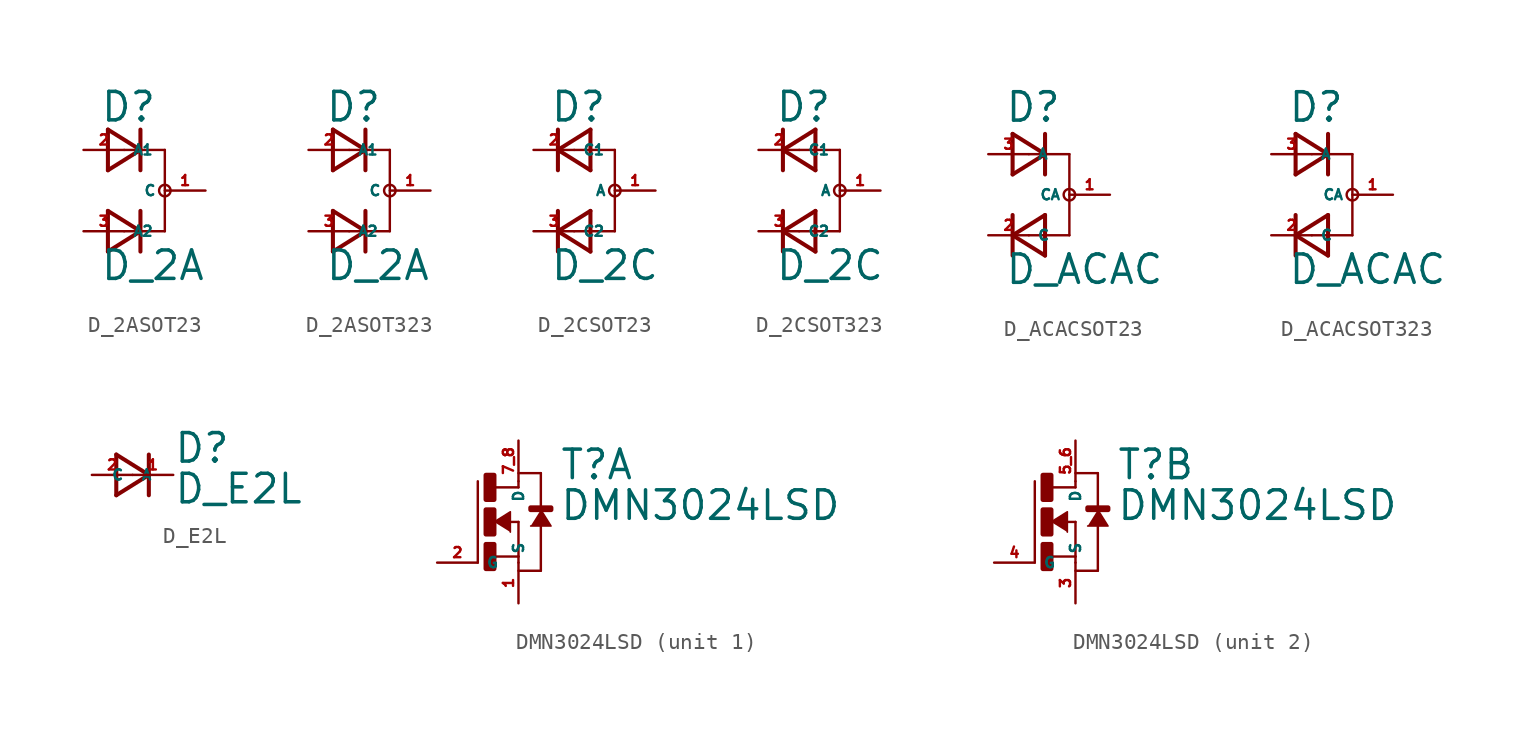
<source format=kicad_sym>
(kicad_symbol_lib
  (version 20220914)
  (generator Eagle2Kicad)
  (symbol "D_2ASOT23"
    (property "Reference" "D"
      (at -1.524 4.191 0)
      (effects (font (size 1.778 1.778) (thickness 0.22)) (justify left bottom)))
    (property "Value" "D_2A"
      (at -1.524 -5.715 0)
      (effects (font (size 1.778 1.778) (thickness 0.22)) (justify left bottom)))
    (polyline
      (pts (xy -1.016 1.27) (xy 1.016 2.54))
      (stroke (width 0.254) (type default))
      (fill (type none)))
    (polyline
      (pts (xy 1.016 2.54) (xy -1.016 3.81))
      (stroke (width 0.254) (type default))
      (fill (type none)))
    (polyline
      (pts (xy 1.016 3.81) (xy 1.016 2.54))
      (stroke (width 0.254) (type default))
      (fill (type none)))
    (polyline
      (pts (xy -1.016 3.81) (xy -1.016 1.27))
      (stroke (width 0.254) (type default))
      (fill (type none)))
    (polyline
      (pts (xy 1.016 2.54) (xy 1.016 1.27))
      (stroke (width 0.254) (type default))
      (fill (type none)))
    (polyline
      (pts (xy -1.016 -3.81) (xy 1.016 -2.54))
      (stroke (width 0.254) (type default))
      (fill (type none)))
    (polyline
      (pts (xy 1.016 -2.54) (xy -1.016 -1.27))
      (stroke (width 0.254) (type default))
      (fill (type none)))
    (polyline
      (pts (xy 1.016 -1.27) (xy 1.016 -2.54))
      (stroke (width 0.254) (type default))
      (fill (type none)))
    (polyline
      (pts (xy -1.016 -1.27) (xy -1.016 -3.81))
      (stroke (width 0.254) (type default))
      (fill (type none)))
    (polyline
      (pts (xy 1.016 -2.54) (xy 1.016 -3.81))
      (stroke (width 0.254) (type default))
      (fill (type none)))
    (polyline
      (pts (xy 0 2.54) (xy 2.54 2.54))
      (stroke (width 0.152) (type default))
      (fill (type none)))
    (polyline
      (pts (xy 2.54 2.54) (xy 2.54 -2.54))
      (stroke (width 0.152) (type default))
      (fill (type none)))
    (polyline
      (pts (xy 2.54 -2.54) (xy 0 -2.54))
      (stroke (width 0.152) (type default))
      (fill (type none)))
    (circle
      (center 2.54 0)
      (radius 0.359)
      (stroke (width 0) (type default))
      (fill (type none)))
    (pin passive line
      (at -2.54 2.54 0)
      (length 2.54)
      (name "A1" (effects (font (size 0.635 0.635) (thickness 0.08)) (justify left bottom)))
      (number "2" (effects (font (size 0.635 0.635) (thickness 0.08)) (justify left bottom))))
    (pin passive line
      (at 5.08 0 180)
      (length 2.54)
      (name "C" (effects (font (size 0.635 0.635) (thickness 0.08)) (justify left bottom)))
      (number "1" (effects (font (size 0.635 0.635) (thickness 0.08)) (justify left bottom))))
    (pin passive line
      (at -2.54 -2.54 0)
      (length 2.54)
      (name "A2" (effects (font (size 0.635 0.635) (thickness 0.08)) (justify left bottom)))
      (number "3" (effects (font (size 0.635 0.635) (thickness 0.08)) (justify left bottom)))))
  (symbol "D_2ASOT323"
    (property "Reference" "D"
      (at -1.524 4.191 0)
      (effects (font (size 1.778 1.778) (thickness 0.22)) (justify left bottom)))
    (property "Value" "D_2A"
      (at -1.524 -5.715 0)
      (effects (font (size 1.778 1.778) (thickness 0.22)) (justify left bottom)))
    (polyline
      (pts (xy -1.016 1.27) (xy 1.016 2.54))
      (stroke (width 0.254) (type default))
      (fill (type none)))
    (polyline
      (pts (xy 1.016 2.54) (xy -1.016 3.81))
      (stroke (width 0.254) (type default))
      (fill (type none)))
    (polyline
      (pts (xy 1.016 3.81) (xy 1.016 2.54))
      (stroke (width 0.254) (type default))
      (fill (type none)))
    (polyline
      (pts (xy -1.016 3.81) (xy -1.016 1.27))
      (stroke (width 0.254) (type default))
      (fill (type none)))
    (polyline
      (pts (xy 1.016 2.54) (xy 1.016 1.27))
      (stroke (width 0.254) (type default))
      (fill (type none)))
    (polyline
      (pts (xy -1.016 -3.81) (xy 1.016 -2.54))
      (stroke (width 0.254) (type default))
      (fill (type none)))
    (polyline
      (pts (xy 1.016 -2.54) (xy -1.016 -1.27))
      (stroke (width 0.254) (type default))
      (fill (type none)))
    (polyline
      (pts (xy 1.016 -1.27) (xy 1.016 -2.54))
      (stroke (width 0.254) (type default))
      (fill (type none)))
    (polyline
      (pts (xy -1.016 -1.27) (xy -1.016 -3.81))
      (stroke (width 0.254) (type default))
      (fill (type none)))
    (polyline
      (pts (xy 1.016 -2.54) (xy 1.016 -3.81))
      (stroke (width 0.254) (type default))
      (fill (type none)))
    (polyline
      (pts (xy 0 2.54) (xy 2.54 2.54))
      (stroke (width 0.152) (type default))
      (fill (type none)))
    (polyline
      (pts (xy 2.54 2.54) (xy 2.54 -2.54))
      (stroke (width 0.152) (type default))
      (fill (type none)))
    (polyline
      (pts (xy 2.54 -2.54) (xy 0 -2.54))
      (stroke (width 0.152) (type default))
      (fill (type none)))
    (circle
      (center 2.54 0)
      (radius 0.359)
      (stroke (width 0) (type default))
      (fill (type none)))
    (pin passive line
      (at -2.54 2.54 0)
      (length 2.54)
      (name "A1" (effects (font (size 0.635 0.635) (thickness 0.08)) (justify left bottom)))
      (number "2" (effects (font (size 0.635 0.635) (thickness 0.08)) (justify left bottom))))
    (pin passive line
      (at 5.08 0 180)
      (length 2.54)
      (name "C" (effects (font (size 0.635 0.635) (thickness 0.08)) (justify left bottom)))
      (number "1" (effects (font (size 0.635 0.635) (thickness 0.08)) (justify left bottom))))
    (pin passive line
      (at -2.54 -2.54 0)
      (length 2.54)
      (name "A2" (effects (font (size 0.635 0.635) (thickness 0.08)) (justify left bottom)))
      (number "3" (effects (font (size 0.635 0.635) (thickness 0.08)) (justify left bottom)))))
  (symbol "D_2CSOT23"
    (property "Reference" "D"
      (at -1.524 4.191 0)
      (effects (font (size 1.778 1.778) (thickness 0.22)) (justify left bottom)))
    (property "Value" "D_2C"
      (at -1.524 -5.715 0)
      (effects (font (size 1.778 1.778) (thickness 0.22)) (justify left bottom)))
    (polyline
      (pts (xy 1.016 -1.27) (xy -1.016 -2.54))
      (stroke (width 0.254) (type default))
      (fill (type none)))
    (polyline
      (pts (xy -1.016 -2.54) (xy 1.016 -3.81))
      (stroke (width 0.254) (type default))
      (fill (type none)))
    (polyline
      (pts (xy -1.016 -3.81) (xy -1.016 -2.54))
      (stroke (width 0.254) (type default))
      (fill (type none)))
    (polyline
      (pts (xy 1.016 -3.81) (xy 1.016 -1.27))
      (stroke (width 0.254) (type default))
      (fill (type none)))
    (polyline
      (pts (xy -1.016 -2.54) (xy -1.016 -1.27))
      (stroke (width 0.254) (type default))
      (fill (type none)))
    (polyline
      (pts (xy 1.016 3.81) (xy -1.016 2.54))
      (stroke (width 0.254) (type default))
      (fill (type none)))
    (polyline
      (pts (xy -1.016 2.54) (xy 1.016 1.27))
      (stroke (width 0.254) (type default))
      (fill (type none)))
    (polyline
      (pts (xy -1.016 1.27) (xy -1.016 2.54))
      (stroke (width 0.254) (type default))
      (fill (type none)))
    (polyline
      (pts (xy 1.016 1.27) (xy 1.016 3.81))
      (stroke (width 0.254) (type default))
      (fill (type none)))
    (polyline
      (pts (xy -1.016 2.54) (xy -1.016 3.81))
      (stroke (width 0.254) (type default))
      (fill (type none)))
    (polyline
      (pts (xy 0 -2.54) (xy 2.54 -2.54))
      (stroke (width 0.152) (type default))
      (fill (type none)))
    (polyline
      (pts (xy 2.54 -2.54) (xy 2.54 2.54))
      (stroke (width 0.152) (type default))
      (fill (type none)))
    (polyline
      (pts (xy 2.54 2.54) (xy 0 2.54))
      (stroke (width 0.152) (type default))
      (fill (type none)))
    (circle
      (center 2.54 0)
      (radius 0.359)
      (stroke (width 0) (type default))
      (fill (type none)))
    (pin passive line
      (at -2.54 2.54 0)
      (length 2.54)
      (name "C1" (effects (font (size 0.635 0.635) (thickness 0.08)) (justify left bottom)))
      (number "2" (effects (font (size 0.635 0.635) (thickness 0.08)) (justify left bottom))))
    (pin passive line
      (at 5.08 0 180)
      (length 2.54)
      (name "A" (effects (font (size 0.635 0.635) (thickness 0.08)) (justify left bottom)))
      (number "1" (effects (font (size 0.635 0.635) (thickness 0.08)) (justify left bottom))))
    (pin passive line
      (at -2.54 -2.54 0)
      (length 2.54)
      (name "C2" (effects (font (size 0.635 0.635) (thickness 0.08)) (justify left bottom)))
      (number "3" (effects (font (size 0.635 0.635) (thickness 0.08)) (justify left bottom)))))
  (symbol "D_2CSOT323"
    (property "Reference" "D"
      (at -1.524 4.191 0)
      (effects (font (size 1.778 1.778) (thickness 0.22)) (justify left bottom)))
    (property "Value" "D_2C"
      (at -1.524 -5.715 0)
      (effects (font (size 1.778 1.778) (thickness 0.22)) (justify left bottom)))
    (polyline
      (pts (xy 1.016 -1.27) (xy -1.016 -2.54))
      (stroke (width 0.254) (type default))
      (fill (type none)))
    (polyline
      (pts (xy -1.016 -2.54) (xy 1.016 -3.81))
      (stroke (width 0.254) (type default))
      (fill (type none)))
    (polyline
      (pts (xy -1.016 -3.81) (xy -1.016 -2.54))
      (stroke (width 0.254) (type default))
      (fill (type none)))
    (polyline
      (pts (xy 1.016 -3.81) (xy 1.016 -1.27))
      (stroke (width 0.254) (type default))
      (fill (type none)))
    (polyline
      (pts (xy -1.016 -2.54) (xy -1.016 -1.27))
      (stroke (width 0.254) (type default))
      (fill (type none)))
    (polyline
      (pts (xy 1.016 3.81) (xy -1.016 2.54))
      (stroke (width 0.254) (type default))
      (fill (type none)))
    (polyline
      (pts (xy -1.016 2.54) (xy 1.016 1.27))
      (stroke (width 0.254) (type default))
      (fill (type none)))
    (polyline
      (pts (xy -1.016 1.27) (xy -1.016 2.54))
      (stroke (width 0.254) (type default))
      (fill (type none)))
    (polyline
      (pts (xy 1.016 1.27) (xy 1.016 3.81))
      (stroke (width 0.254) (type default))
      (fill (type none)))
    (polyline
      (pts (xy -1.016 2.54) (xy -1.016 3.81))
      (stroke (width 0.254) (type default))
      (fill (type none)))
    (polyline
      (pts (xy 0 -2.54) (xy 2.54 -2.54))
      (stroke (width 0.152) (type default))
      (fill (type none)))
    (polyline
      (pts (xy 2.54 -2.54) (xy 2.54 2.54))
      (stroke (width 0.152) (type default))
      (fill (type none)))
    (polyline
      (pts (xy 2.54 2.54) (xy 0 2.54))
      (stroke (width 0.152) (type default))
      (fill (type none)))
    (circle
      (center 2.54 0)
      (radius 0.359)
      (stroke (width 0) (type default))
      (fill (type none)))
    (pin passive line
      (at -2.54 2.54 0)
      (length 2.54)
      (name "C1" (effects (font (size 0.635 0.635) (thickness 0.08)) (justify left bottom)))
      (number "2" (effects (font (size 0.635 0.635) (thickness 0.08)) (justify left bottom))))
    (pin passive line
      (at 5.08 0 180)
      (length 2.54)
      (name "A" (effects (font (size 0.635 0.635) (thickness 0.08)) (justify left bottom)))
      (number "1" (effects (font (size 0.635 0.635) (thickness 0.08)) (justify left bottom))))
    (pin passive line
      (at -2.54 -2.54 0)
      (length 2.54)
      (name "C2" (effects (font (size 0.635 0.635) (thickness 0.08)) (justify left bottom)))
      (number "3" (effects (font (size 0.635 0.635) (thickness 0.08)) (justify left bottom)))))
  (symbol "D_ACACSOT23"
    (property "Reference" "D"
      (at -1.524 4.445 0)
      (effects (font (size 1.778 1.778) (thickness 0.22)) (justify left bottom)))
    (property "Value" "D_ACAC"
      (at -1.524 -5.715 0)
      (effects (font (size 1.778 1.778) (thickness 0.22)) (justify left bottom)))
    (polyline
      (pts (xy -1.016 1.27) (xy 1.016 2.54))
      (stroke (width 0.254) (type default))
      (fill (type none)))
    (polyline
      (pts (xy 1.016 2.54) (xy -1.016 3.81))
      (stroke (width 0.254) (type default))
      (fill (type none)))
    (polyline
      (pts (xy 1.016 3.81) (xy 1.016 2.54))
      (stroke (width 0.254) (type default))
      (fill (type none)))
    (polyline
      (pts (xy -1.016 3.81) (xy -1.016 1.27))
      (stroke (width 0.254) (type default))
      (fill (type none)))
    (polyline
      (pts (xy 1.016 2.54) (xy 1.016 1.27))
      (stroke (width 0.254) (type default))
      (fill (type none)))
    (polyline
      (pts (xy 1.016 -1.27) (xy -1.016 -2.54))
      (stroke (width 0.254) (type default))
      (fill (type none)))
    (polyline
      (pts (xy -1.016 -2.54) (xy 1.016 -3.81))
      (stroke (width 0.254) (type default))
      (fill (type none)))
    (polyline
      (pts (xy -1.016 -3.81) (xy -1.016 -2.54))
      (stroke (width 0.254) (type default))
      (fill (type none)))
    (polyline
      (pts (xy 1.016 -3.81) (xy 1.016 -1.27))
      (stroke (width 0.254) (type default))
      (fill (type none)))
    (polyline
      (pts (xy -1.016 -2.54) (xy -1.016 -1.27))
      (stroke (width 0.254) (type default))
      (fill (type none)))
    (polyline
      (pts (xy 0 2.54) (xy 2.54 2.54))
      (stroke (width 0.152) (type default))
      (fill (type none)))
    (polyline
      (pts (xy 2.54 2.54) (xy 2.54 -2.54))
      (stroke (width 0.152) (type default))
      (fill (type none)))
    (polyline
      (pts (xy 2.54 -2.54) (xy 0 -2.54))
      (stroke (width 0.152) (type default))
      (fill (type none)))
    (circle
      (center 2.54 0)
      (radius 0.359)
      (stroke (width 0) (type default))
      (fill (type none)))
    (pin passive line
      (at -2.54 2.54 0)
      (length 2.54)
      (name "A" (effects (font (size 0.635 0.635) (thickness 0.08)) (justify left bottom)))
      (number "3" (effects (font (size 0.635 0.635) (thickness 0.08)) (justify left bottom))))
    (pin passive line
      (at 5.08 0 180)
      (length 2.54)
      (name "CA" (effects (font (size 0.635 0.635) (thickness 0.08)) (justify left bottom)))
      (number "1" (effects (font (size 0.635 0.635) (thickness 0.08)) (justify left bottom))))
    (pin passive line
      (at -2.54 -2.54 0)
      (length 2.54)
      (name "C" (effects (font (size 0.635 0.635) (thickness 0.08)) (justify left bottom)))
      (number "2" (effects (font (size 0.635 0.635) (thickness 0.08)) (justify left bottom)))))
  (symbol "D_ACACSOT323"
    (property "Reference" "D"
      (at -1.524 4.445 0)
      (effects (font (size 1.778 1.778) (thickness 0.22)) (justify left bottom)))
    (property "Value" "D_ACAC"
      (at -1.524 -5.715 0)
      (effects (font (size 1.778 1.778) (thickness 0.22)) (justify left bottom)))
    (polyline
      (pts (xy -1.016 1.27) (xy 1.016 2.54))
      (stroke (width 0.254) (type default))
      (fill (type none)))
    (polyline
      (pts (xy 1.016 2.54) (xy -1.016 3.81))
      (stroke (width 0.254) (type default))
      (fill (type none)))
    (polyline
      (pts (xy 1.016 3.81) (xy 1.016 2.54))
      (stroke (width 0.254) (type default))
      (fill (type none)))
    (polyline
      (pts (xy -1.016 3.81) (xy -1.016 1.27))
      (stroke (width 0.254) (type default))
      (fill (type none)))
    (polyline
      (pts (xy 1.016 2.54) (xy 1.016 1.27))
      (stroke (width 0.254) (type default))
      (fill (type none)))
    (polyline
      (pts (xy 1.016 -1.27) (xy -1.016 -2.54))
      (stroke (width 0.254) (type default))
      (fill (type none)))
    (polyline
      (pts (xy -1.016 -2.54) (xy 1.016 -3.81))
      (stroke (width 0.254) (type default))
      (fill (type none)))
    (polyline
      (pts (xy -1.016 -3.81) (xy -1.016 -2.54))
      (stroke (width 0.254) (type default))
      (fill (type none)))
    (polyline
      (pts (xy 1.016 -3.81) (xy 1.016 -1.27))
      (stroke (width 0.254) (type default))
      (fill (type none)))
    (polyline
      (pts (xy -1.016 -2.54) (xy -1.016 -1.27))
      (stroke (width 0.254) (type default))
      (fill (type none)))
    (polyline
      (pts (xy 0 2.54) (xy 2.54 2.54))
      (stroke (width 0.152) (type default))
      (fill (type none)))
    (polyline
      (pts (xy 2.54 2.54) (xy 2.54 -2.54))
      (stroke (width 0.152) (type default))
      (fill (type none)))
    (polyline
      (pts (xy 2.54 -2.54) (xy 0 -2.54))
      (stroke (width 0.152) (type default))
      (fill (type none)))
    (circle
      (center 2.54 0)
      (radius 0.359)
      (stroke (width 0) (type default))
      (fill (type none)))
    (pin passive line
      (at -2.54 2.54 0)
      (length 2.54)
      (name "A" (effects (font (size 0.635 0.635) (thickness 0.08)) (justify left bottom)))
      (number "3" (effects (font (size 0.635 0.635) (thickness 0.08)) (justify left bottom))))
    (pin passive line
      (at 5.08 0 180)
      (length 2.54)
      (name "CA" (effects (font (size 0.635 0.635) (thickness 0.08)) (justify left bottom)))
      (number "1" (effects (font (size 0.635 0.635) (thickness 0.08)) (justify left bottom))))
    (pin passive line
      (at -2.54 -2.54 0)
      (length 2.54)
      (name "C" (effects (font (size 0.635 0.635) (thickness 0.08)) (justify left bottom)))
      (number "2" (effects (font (size 0.635 0.635) (thickness 0.08)) (justify left bottom)))))
  (symbol "D_E2L"
    (property "Reference" "D"
      (at 2.54 0.635 0)
      (effects (font (size 1.778 1.778) (thickness 0.22)) (justify left bottom)))
    (property "Value" "D_E2L"
      (at 2.54 -1.905 0)
      (effects (font (size 1.778 1.778) (thickness 0.22)) (justify left bottom)))
    (polyline
      (pts (xy -1.016 -1.27) (xy 1.016 0))
      (stroke (width 0.254) (type default))
      (fill (type none)))
    (polyline
      (pts (xy 1.016 0) (xy -1.016 1.27))
      (stroke (width 0.254) (type default))
      (fill (type none)))
    (polyline
      (pts (xy 1.016 1.27) (xy 1.016 0))
      (stroke (width 0.254) (type default))
      (fill (type none)))
    (polyline
      (pts (xy -1.016 1.27) (xy -1.016 -1.27))
      (stroke (width 0.254) (type default))
      (fill (type none)))
    (polyline
      (pts (xy 1.016 0) (xy 1.016 -1.27))
      (stroke (width 0.254) (type default))
      (fill (type none)))
    (pin passive line
      (at -2.54 0 0)
      (length 2.54)
      (name "A" (effects (font (size 0.635 0.635) (thickness 0.08)) (justify left bottom)))
      (number "2" (effects (font (size 0.635 0.635) (thickness 0.08)) (justify left bottom))))
    (pin passive line
      (at 2.54 0 180)
      (length 2.54)
      (name "C" (effects (font (size 0.635 0.635) (thickness 0.08)) (justify left bottom)))
      (number "1" (effects (font (size 0.635 0.635) (thickness 0.08)) (justify left bottom)))))
  (symbol "DMN3024LSD"
    (property "Reference" "T"
      (at 2.54 2.54 0)
      (effects (font (size 1.778 1.778) (thickness 0.22)) (justify left bottom)))
    (property "Value" "DMN3024LSD"
      (at 2.54 0 0)
      (effects (font (size 1.778 1.778) (thickness 0.22)) (justify left bottom)))
    (symbol "DMN3024LSD_1_0"
      (polyline (pts (xy -1.524 0) (xy -0.508 0.635) (xy -0.508 -0.635)) (stroke (width 0.102) (type default)) (fill (type outline)))
      (polyline (pts (xy 1.397 0.762) (xy 2.032 -0.254) (xy 0.762 -0.254)) (stroke (width 0.102) (type default)) (fill (type outline)))
      (polyline (pts (xy -0.508 0) (xy 0 0)) (stroke (width 0.152) (type default)) (fill (type none)))
      (polyline (pts (xy -1.524 -2.159) (xy 0 -2.159)) (stroke (width 0.152) (type default)) (fill (type none)))
      (polyline (pts (xy -2.54 -2.54) (xy -2.54 2.54)) (stroke (width 0.152) (type default)) (fill (type none)))
      (polyline (pts (xy 0 0) (xy 0 -2.159)) (stroke (width 0.152) (type default)) (fill (type none)))
      (polyline (pts (xy 1.397 -0.254) (xy 1.397 -3.048)) (stroke (width 0.152) (type default)) (fill (type none)))
      (polyline (pts (xy 1.397 -3.048) (xy 0 -3.048)) (stroke (width 0.152) (type default)) (fill (type none)))
      (polyline (pts (xy -1.524 2.159) (xy 0 2.159)) (stroke (width 0.152) (type default)) (fill (type none)))
      (polyline (pts (xy 0 2.159) (xy 0 2.54)) (stroke (width 0.152) (type default)) (fill (type none)))
      (polyline (pts (xy 0 3.048) (xy 1.397 3.048)) (stroke (width 0.152) (type default)) (fill (type none)))
      (polyline (pts (xy 1.397 3.048) (xy 1.397 0.762)) (stroke (width 0.152) (type default)) (fill (type none)))
      (polyline (pts (xy 0 -2.159) (xy 0 -2.54)) (stroke (width 0.152) (type default)) (fill (type none)))
      (rectangle (start -2.032 1.397) (end -1.524 2.921) (stroke (width 0.3) (type default)) (fill (type outline)))
      (rectangle (start -2.032 -0.762) (end -1.524 0.762) (stroke (width 0.3) (type default)) (fill (type outline)))
      (rectangle (start -2.032 -2.921) (end -1.524 -1.397) (stroke (width 0.3) (type default)) (fill (type outline)))
      (rectangle (start 0.762 0.762) (end 2.032 0.889) (stroke (width 0.3) (type default)) (fill (type outline)))
      (pin passive line (at 0 5.08 270) (length 2.54) (name "D" (effects (font (size 0.635 0.635) (thickness 0.08)) (justify left bottom))) (number "7 8" (effects (font (size 0.635 0.635) (thickness 0.08)) (justify left bottom))))
      (pin passive line (at 0 -5.08 90) (length 2.54) (name "S" (effects (font (size 0.635 0.635) (thickness 0.08)) (justify left bottom))) (number "1" (effects (font (size 0.635 0.635) (thickness 0.08)) (justify left bottom))))
      (pin passive line (at -5.08 -2.54 0) (length 2.54) (name "G" (effects (font (size 0.635 0.635) (thickness 0.08)) (justify left bottom))) (number "2" (effects (font (size 0.635 0.635) (thickness 0.08)) (justify left bottom)))))
    (symbol "DMN3024LSD_2_0"
      (polyline (pts (xy -1.524 0) (xy -0.508 0.635) (xy -0.508 -0.635)) (stroke (width 0.102) (type default)) (fill (type outline)))
      (polyline (pts (xy 1.397 0.762) (xy 2.032 -0.254) (xy 0.762 -0.254)) (stroke (width 0.102) (type default)) (fill (type outline)))
      (polyline (pts (xy -0.508 0) (xy 0 0)) (stroke (width 0.152) (type default)) (fill (type none)))
      (polyline (pts (xy -1.524 -2.159) (xy 0 -2.159)) (stroke (width 0.152) (type default)) (fill (type none)))
      (polyline (pts (xy -2.54 -2.54) (xy -2.54 2.54)) (stroke (width 0.152) (type default)) (fill (type none)))
      (polyline (pts (xy 0 0) (xy 0 -2.159)) (stroke (width 0.152) (type default)) (fill (type none)))
      (polyline (pts (xy 1.397 -0.254) (xy 1.397 -3.048)) (stroke (width 0.152) (type default)) (fill (type none)))
      (polyline (pts (xy 1.397 -3.048) (xy 0 -3.048)) (stroke (width 0.152) (type default)) (fill (type none)))
      (polyline (pts (xy -1.524 2.159) (xy 0 2.159)) (stroke (width 0.152) (type default)) (fill (type none)))
      (polyline (pts (xy 0 2.159) (xy 0 2.54)) (stroke (width 0.152) (type default)) (fill (type none)))
      (polyline (pts (xy 0 3.048) (xy 1.397 3.048)) (stroke (width 0.152) (type default)) (fill (type none)))
      (polyline (pts (xy 1.397 3.048) (xy 1.397 0.762)) (stroke (width 0.152) (type default)) (fill (type none)))
      (polyline (pts (xy 0 -2.159) (xy 0 -2.54)) (stroke (width 0.152) (type default)) (fill (type none)))
      (rectangle (start -2.032 1.397) (end -1.524 2.921) (stroke (width 0.3) (type default)) (fill (type outline)))
      (rectangle (start -2.032 -0.762) (end -1.524 0.762) (stroke (width 0.3) (type default)) (fill (type outline)))
      (rectangle (start -2.032 -2.921) (end -1.524 -1.397) (stroke (width 0.3) (type default)) (fill (type outline)))
      (rectangle (start 0.762 0.762) (end 2.032 0.889) (stroke (width 0.3) (type default)) (fill (type outline)))
      (pin passive line (at 0 5.08 270) (length 2.54) (name "D" (effects (font (size 0.635 0.635) (thickness 0.08)) (justify left bottom))) (number "5 6" (effects (font (size 0.635 0.635) (thickness 0.08)) (justify left bottom))))
      (pin passive line (at 0 -5.08 90) (length 2.54) (name "S" (effects (font (size 0.635 0.635) (thickness 0.08)) (justify left bottom))) (number "3" (effects (font (size 0.635 0.635) (thickness 0.08)) (justify left bottom))))
      (pin passive line (at -5.08 -2.54 0) (length 2.54) (name "G" (effects (font (size 0.635 0.635) (thickness 0.08)) (justify left bottom))) (number "4" (effects (font (size 0.635 0.635) (thickness 0.08)) (justify left bottom)))))))
</source>
